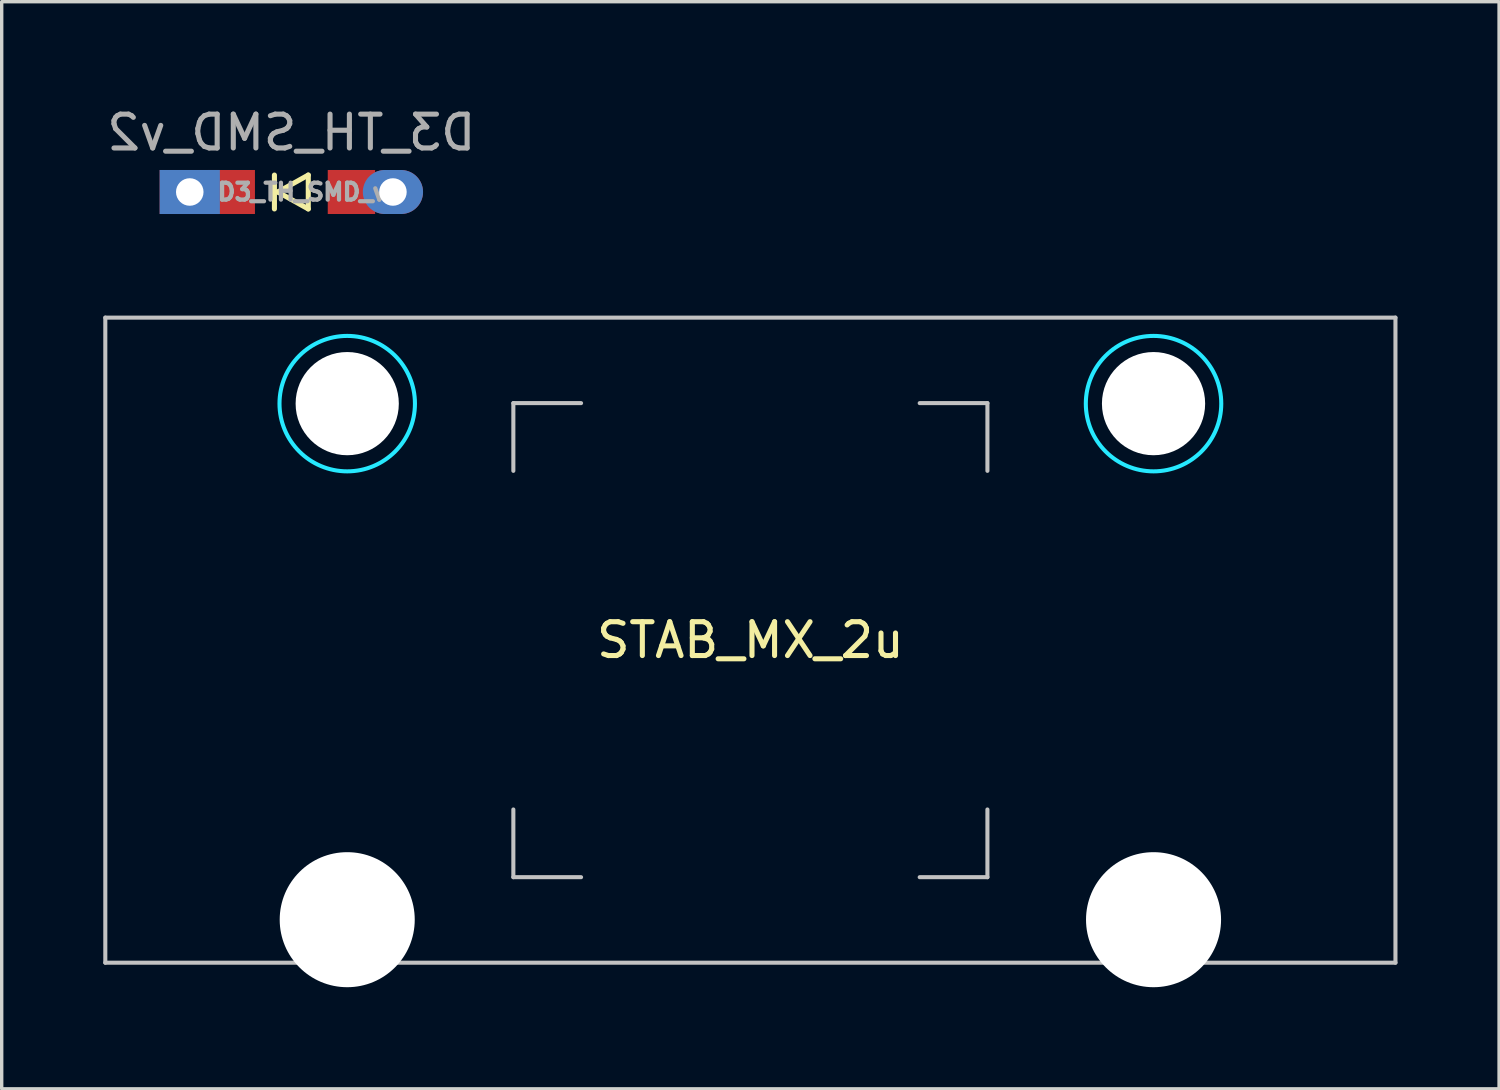
<source format=kicad_pcb>
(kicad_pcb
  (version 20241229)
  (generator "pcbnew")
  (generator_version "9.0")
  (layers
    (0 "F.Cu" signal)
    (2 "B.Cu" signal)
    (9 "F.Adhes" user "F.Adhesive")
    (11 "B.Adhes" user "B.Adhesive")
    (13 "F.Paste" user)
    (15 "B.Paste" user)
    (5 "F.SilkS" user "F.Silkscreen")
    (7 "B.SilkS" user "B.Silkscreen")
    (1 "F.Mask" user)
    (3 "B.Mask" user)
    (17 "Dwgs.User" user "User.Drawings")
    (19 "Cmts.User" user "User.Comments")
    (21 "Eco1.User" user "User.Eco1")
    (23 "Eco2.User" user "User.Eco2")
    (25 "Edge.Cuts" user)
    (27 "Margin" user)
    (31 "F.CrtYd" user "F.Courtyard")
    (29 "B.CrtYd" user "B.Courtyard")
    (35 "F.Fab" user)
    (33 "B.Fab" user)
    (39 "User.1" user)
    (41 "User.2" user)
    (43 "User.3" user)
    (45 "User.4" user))
  (footprint "D3_TH_SMD_v2"
    (layer "F.Cu")
    (at 5.554 2.62)
    (property "Reference" "D3_TH_SMD_v2" (at 0.55 0 0) (layer "F.Fab") (effects (font (size 0.5 0.5) (thickness 0.125))))
    (attr through_hole)
    (fp_line (start -0.5 -0.5) (end -0.5 0.5) (stroke (width 0.15) (type solid)) (layer "F.SilkS"))
    (fp_line (start -0.4 0) (end 0.5 -0.5) (stroke (width 0.15) (type solid)) (layer "F.SilkS"))
    (fp_line (start 0.5 -0.5) (end 0.5 0.5) (stroke (width 0.15) (type solid)) (layer "F.SilkS"))
    (fp_line (start 0.5 0.5) (end -0.4 0) (stroke (width 0.15) (type solid)) (layer "F.SilkS"))
    (fp_text user "${REFERENCE}" (at 0 -1.17 0) (unlocked yes) (layer "F.Fab") (effects (font (size 1 1) (thickness 0.15)) (justify bottom mirror)))
    (pad "1" thru_hole rect (at -3 0) (size 1.778 1.3) (drill 0.813) (layers "*.Cu" "B.Mask"))
    (pad "1" smd rect (at -1.775 0 180) (size 1.4 1.3) (layers "F.Cu" "F.Mask" "F.Paste"))
    (pad "2" smd rect (at 1.775 0 180) (size 1.4 1.3) (layers "F.Cu" "F.Mask" "F.Paste"))
    (pad "2" thru_hole oval (at 3 0) (size 1.778 1.3) (drill 0.813) (layers "*.Cu" "B.Mask")))
  (footprint "STAB_MX_2u"
    (layer "F.Cu")
    (at 19.11 15.855)
    (property "Reference" "STAB_MX_2u" (at 0 0 0) (layer "F.SilkS") (effects (font (size 1 1) (thickness 0.15))))
    (attr through_hole exclude_from_pos_files exclude_from_bom)
    (fp_line (start -19.05 -9.525) (end -19.05 9.525) (stroke (width 0.12) (type solid)) (layer "Dwgs.User"))
    (fp_line (start -19.05 -9.525) (end 19.05 -9.525) (stroke (width 0.12) (type solid)) (layer "Dwgs.User"))
    (fp_line (start -19.05 9.525) (end 19.05 9.525) (stroke (width 0.12) (type solid)) (layer "Dwgs.User"))
    (fp_line (start -7 -7) (end -5 -7) (stroke (width 0.12) (type solid)) (layer "Dwgs.User"))
    (fp_line (start -7 -5) (end -7 -7) (stroke (width 0.12) (type solid)) (layer "Dwgs.User"))
    (fp_line (start -7 7) (end -7 5) (stroke (width 0.12) (type solid)) (layer "Dwgs.User"))
    (fp_line (start -5 7) (end -7 7) (stroke (width 0.12) (type solid)) (layer "Dwgs.User"))
    (fp_line (start 5 -7) (end 7 -7) (stroke (width 0.12) (type solid)) (layer "Dwgs.User"))
    (fp_line (start 5 7) (end 7 7) (stroke (width 0.12) (type solid)) (layer "Dwgs.User"))
    (fp_line (start 7 -7) (end 7 -5) (stroke (width 0.12) (type solid)) (layer "Dwgs.User"))
    (fp_line (start 7 7) (end 7 5) (stroke (width 0.12) (type solid)) (layer "Dwgs.User"))
    (fp_line (start 19.05 -9.525) (end 19.05 9.525) (stroke (width 0.12) (type solid)) (layer "Dwgs.User"))
    (fp_line (start -15.281 -5.5) (end -15.281 7.5) (stroke (width 0.05) (type solid)) (layer "Eco2.User"))
    (fp_line (start -14.781 -6) (end -9.031 -6) (stroke (width 0.05) (type solid)) (layer "Eco2.User"))
    (fp_line (start -14.781 8) (end -9.031 8) (stroke (width 0.05) (type solid)) (layer "Eco2.User"))
    (fp_line (start -8.531 -5.5) (end -8.531 7.5) (stroke (width 0.05) (type solid)) (layer "Eco2.User"))
    (fp_line (start 8.531 -5.5) (end 8.531 7.5) (stroke (width 0.05) (type solid)) (layer "Eco2.User"))
    (fp_line (start 9.031 -6) (end 14.78 -6) (stroke (width 0.05) (type solid)) (layer "Eco2.User"))
    (fp_line (start 9.031 8) (end 14.781 8) (stroke (width 0.05) (type solid)) (layer "Eco2.User"))
    (fp_line (start 15.28 -5.5) (end 15.281 7.5) (stroke (width 0.05) (type solid)) (layer "Eco2.User"))
    (fp_arc (start -15.28125 -5.499999) (mid -15.134803 -5.853552) (end -14.78125 -5.999999) (stroke (width 0.05) (type solid)) (layer "Eco2.User"))
    (fp_arc (start -14.78125 8.000001) (mid -15.134803 7.853554) (end -15.28125 7.500001) (stroke (width 0.05) (type solid)) (layer "Eco2.User"))
    (fp_arc (start -9.03125 -5.999999) (mid -8.677697 -5.853552) (end -8.53125 -5.499999) (stroke (width 0.05) (type solid)) (layer "Eco2.User"))
    (fp_arc (start -8.53125 7.500001) (mid -8.677697 7.853554) (end -9.03125 8.000001) (stroke (width 0.05) (type solid)) (layer "Eco2.User"))
    (fp_arc (start 8.53125 -5.499999) (mid 8.677697 -5.853552) (end 9.03125 -5.999999) (stroke (width 0.05) (type solid)) (layer "Eco2.User"))
    (fp_arc (start 9.03125 8.000001) (mid 8.677697 7.853554) (end 8.53125 7.500001) (stroke (width 0.05) (type solid)) (layer "Eco2.User"))
    (fp_arc (start 14.780039 -5.999999) (mid 15.133592 -5.853552) (end 15.280039 -5.499999) (stroke (width 0.05) (type solid)) (layer "Eco2.User"))
    (fp_arc (start 15.28125 7.500001) (mid 15.134803 7.853554) (end 14.78125 8.000001) (stroke (width 0.05) (type solid)) (layer "Eco2.User"))
    (fp_circle (center -11.906 -6.985) (end -9.906 -6.985) (stroke (width 0.12) (type solid)) (fill no) (layer "B.CrtYd"))
    (fp_circle (center 11.906 -6.985) (end 13.906 -6.985) (stroke (width 0.12) (type solid)) (fill no) (layer "B.CrtYd"))
    (pad "" np_thru_hole circle (at -11.906 -6.985) (size 3.048 3.048) (drill 3.048) (layers "*.Cu" "*.Mask"))
    (pad "" np_thru_hole circle (at -11.906 8.255) (size 3.988 3.988) (drill 3.988) (layers "*.Cu" "*.Mask"))
    (pad "" np_thru_hole circle (at 11.906 -6.985) (size 3.048 3.048) (drill 3.048) (layers "*.Cu" "*.Mask"))
    (pad "" np_thru_hole circle (at 11.906 8.255) (size 3.988 3.988) (drill 3.988) (layers "*.Cu" "*.Mask")))
  (gr_rect
    (start -3 -3)
    (end 41.22 29.104)
    (stroke (width 0.1) (type default))
    (fill no)
    (layer "Edge.Cuts")))
</source>
